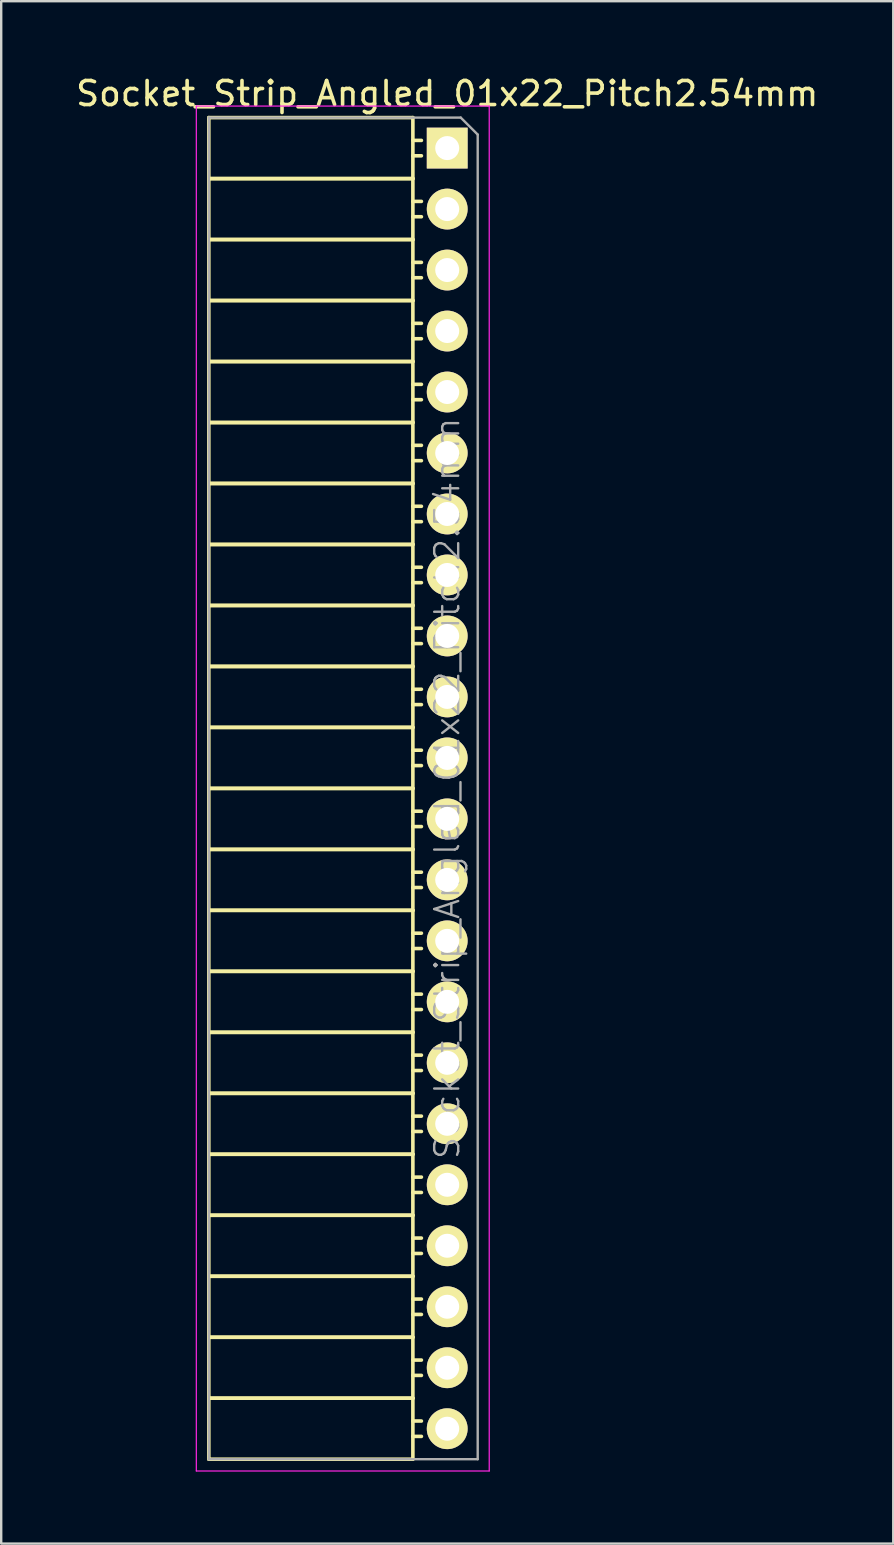
<source format=kicad_pcb>
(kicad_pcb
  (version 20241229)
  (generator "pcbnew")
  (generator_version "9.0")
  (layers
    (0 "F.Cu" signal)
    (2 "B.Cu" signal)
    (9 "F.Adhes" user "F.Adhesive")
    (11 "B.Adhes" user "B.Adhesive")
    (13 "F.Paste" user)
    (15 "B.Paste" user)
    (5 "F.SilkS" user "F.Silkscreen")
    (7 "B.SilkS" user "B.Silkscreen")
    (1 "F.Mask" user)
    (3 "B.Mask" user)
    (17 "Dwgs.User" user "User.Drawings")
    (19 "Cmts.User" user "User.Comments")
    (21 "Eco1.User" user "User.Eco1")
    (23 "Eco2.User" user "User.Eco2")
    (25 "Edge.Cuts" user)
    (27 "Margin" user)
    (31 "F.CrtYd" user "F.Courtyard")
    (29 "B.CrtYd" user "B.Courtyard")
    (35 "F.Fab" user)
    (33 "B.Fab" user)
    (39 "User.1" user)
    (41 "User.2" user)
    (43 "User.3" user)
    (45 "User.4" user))
  (footprint "Socket_Strip_Angled_01x22_Pitch2.54mm"
    (layer "F.Cu")
    (at 15.577 3.118)
    (property "Reference" "Socket_Strip_Angled_01x22_Pitch2.54mm" (at 0 -2.27 0) (layer "F.SilkS") (effects (font (size 1 1) (thickness 0.15))))
    (attr smd)
    (fp_line (start -9.93 -1.27) (end -9.93 1.27) (stroke (width 0.15) (type solid)) (layer "F.SilkS"))
    (fp_line (start -9.93 -1.27) (end -1.43 -1.27) (stroke (width 0.15) (type solid)) (layer "F.SilkS"))
    (fp_line (start -9.93 1.27) (end -9.93 3.81) (stroke (width 0.15) (type solid)) (layer "F.SilkS"))
    (fp_line (start -9.93 1.27) (end -1.43 1.27) (stroke (width 0.15) (type solid)) (layer "F.SilkS"))
    (fp_line (start -9.93 1.27) (end -1.43 1.27) (stroke (width 0.15) (type solid)) (layer "F.SilkS"))
    (fp_line (start -9.93 3.81) (end -9.93 6.35) (stroke (width 0.15) (type solid)) (layer "F.SilkS"))
    (fp_line (start -9.93 3.81) (end -1.43 3.81) (stroke (width 0.15) (type solid)) (layer "F.SilkS"))
    (fp_line (start -9.93 3.81) (end -1.43 3.81) (stroke (width 0.15) (type solid)) (layer "F.SilkS"))
    (fp_line (start -9.93 6.35) (end -9.93 8.89) (stroke (width 0.15) (type solid)) (layer "F.SilkS"))
    (fp_line (start -9.93 6.35) (end -1.43 6.35) (stroke (width 0.15) (type solid)) (layer "F.SilkS"))
    (fp_line (start -9.93 6.35) (end -1.43 6.35) (stroke (width 0.15) (type solid)) (layer "F.SilkS"))
    (fp_line (start -9.93 8.89) (end -9.93 11.43) (stroke (width 0.15) (type solid)) (layer "F.SilkS"))
    (fp_line (start -9.93 8.89) (end -1.43 8.89) (stroke (width 0.15) (type solid)) (layer "F.SilkS"))
    (fp_line (start -9.93 8.89) (end -1.43 8.89) (stroke (width 0.15) (type solid)) (layer "F.SilkS"))
    (fp_line (start -9.93 11.43) (end -9.93 13.97) (stroke (width 0.15) (type solid)) (layer "F.SilkS"))
    (fp_line (start -9.93 11.43) (end -1.43 11.43) (stroke (width 0.15) (type solid)) (layer "F.SilkS"))
    (fp_line (start -9.93 11.43) (end -1.43 11.43) (stroke (width 0.15) (type solid)) (layer "F.SilkS"))
    (fp_line (start -9.93 13.97) (end -9.93 16.51) (stroke (width 0.15) (type solid)) (layer "F.SilkS"))
    (fp_line (start -9.93 13.97) (end -1.43 13.97) (stroke (width 0.15) (type solid)) (layer "F.SilkS"))
    (fp_line (start -9.93 13.97) (end -1.43 13.97) (stroke (width 0.15) (type solid)) (layer "F.SilkS"))
    (fp_line (start -9.93 16.51) (end -9.93 19.05) (stroke (width 0.15) (type solid)) (layer "F.SilkS"))
    (fp_line (start -9.93 16.51) (end -1.43 16.51) (stroke (width 0.15) (type solid)) (layer "F.SilkS"))
    (fp_line (start -9.93 16.51) (end -1.43 16.51) (stroke (width 0.15) (type solid)) (layer "F.SilkS"))
    (fp_line (start -9.93 19.05) (end -9.93 21.59) (stroke (width 0.15) (type solid)) (layer "F.SilkS"))
    (fp_line (start -9.93 19.05) (end -1.43 19.05) (stroke (width 0.15) (type solid)) (layer "F.SilkS"))
    (fp_line (start -9.93 19.05) (end -1.43 19.05) (stroke (width 0.15) (type solid)) (layer "F.SilkS"))
    (fp_line (start -9.93 21.59) (end -9.93 24.13) (stroke (width 0.15) (type solid)) (layer "F.SilkS"))
    (fp_line (start -9.93 21.59) (end -1.43 21.59) (stroke (width 0.15) (type solid)) (layer "F.SilkS"))
    (fp_line (start -9.93 21.59) (end -1.43 21.59) (stroke (width 0.15) (type solid)) (layer "F.SilkS"))
    (fp_line (start -9.93 24.13) (end -9.93 26.67) (stroke (width 0.15) (type solid)) (layer "F.SilkS"))
    (fp_line (start -9.93 24.13) (end -1.43 24.13) (stroke (width 0.15) (type solid)) (layer "F.SilkS"))
    (fp_line (start -9.93 24.13) (end -1.43 24.13) (stroke (width 0.15) (type solid)) (layer "F.SilkS"))
    (fp_line (start -9.93 26.67) (end -9.93 29.21) (stroke (width 0.15) (type solid)) (layer "F.SilkS"))
    (fp_line (start -9.93 26.67) (end -1.43 26.67) (stroke (width 0.15) (type solid)) (layer "F.SilkS"))
    (fp_line (start -9.93 26.67) (end -1.43 26.67) (stroke (width 0.15) (type solid)) (layer "F.SilkS"))
    (fp_line (start -9.93 29.21) (end -9.93 31.75) (stroke (width 0.15) (type solid)) (layer "F.SilkS"))
    (fp_line (start -9.93 29.21) (end -1.43 29.21) (stroke (width 0.15) (type solid)) (layer "F.SilkS"))
    (fp_line (start -9.93 29.21) (end -1.43 29.21) (stroke (width 0.15) (type solid)) (layer "F.SilkS"))
    (fp_line (start -9.93 31.75) (end -9.93 34.29) (stroke (width 0.15) (type solid)) (layer "F.SilkS"))
    (fp_line (start -9.93 31.75) (end -1.43 31.75) (stroke (width 0.15) (type solid)) (layer "F.SilkS"))
    (fp_line (start -9.93 31.75) (end -1.43 31.75) (stroke (width 0.15) (type solid)) (layer "F.SilkS"))
    (fp_line (start -9.93 34.29) (end -9.93 36.83) (stroke (width 0.15) (type solid)) (layer "F.SilkS"))
    (fp_line (start -9.93 34.29) (end -1.43 34.29) (stroke (width 0.15) (type solid)) (layer "F.SilkS"))
    (fp_line (start -9.93 34.29) (end -1.43 34.29) (stroke (width 0.15) (type solid)) (layer "F.SilkS"))
    (fp_line (start -9.93 36.83) (end -9.93 39.37) (stroke (width 0.15) (type solid)) (layer "F.SilkS"))
    (fp_line (start -9.93 36.83) (end -1.43 36.83) (stroke (width 0.15) (type solid)) (layer "F.SilkS"))
    (fp_line (start -9.93 36.83) (end -1.43 36.83) (stroke (width 0.15) (type solid)) (layer "F.SilkS"))
    (fp_line (start -9.93 39.37) (end -9.93 41.91) (stroke (width 0.15) (type solid)) (layer "F.SilkS"))
    (fp_line (start -9.93 39.37) (end -1.43 39.37) (stroke (width 0.15) (type solid)) (layer "F.SilkS"))
    (fp_line (start -9.93 39.37) (end -1.43 39.37) (stroke (width 0.15) (type solid)) (layer "F.SilkS"))
    (fp_line (start -9.93 41.91) (end -9.93 44.45) (stroke (width 0.15) (type solid)) (layer "F.SilkS"))
    (fp_line (start -9.93 41.91) (end -1.43 41.91) (stroke (width 0.15) (type solid)) (layer "F.SilkS"))
    (fp_line (start -9.93 41.91) (end -1.43 41.91) (stroke (width 0.15) (type solid)) (layer "F.SilkS"))
    (fp_line (start -9.93 44.45) (end -9.93 46.99) (stroke (width 0.15) (type solid)) (layer "F.SilkS"))
    (fp_line (start -9.93 44.45) (end -1.43 44.45) (stroke (width 0.15) (type solid)) (layer "F.SilkS"))
    (fp_line (start -9.93 44.45) (end -1.43 44.45) (stroke (width 0.15) (type solid)) (layer "F.SilkS"))
    (fp_line (start -9.93 46.99) (end -9.93 49.53) (stroke (width 0.15) (type solid)) (layer "F.SilkS"))
    (fp_line (start -9.93 46.99) (end -1.43 46.99) (stroke (width 0.15) (type solid)) (layer "F.SilkS"))
    (fp_line (start -9.93 46.99) (end -1.43 46.99) (stroke (width 0.15) (type solid)) (layer "F.SilkS"))
    (fp_line (start -9.93 49.53) (end -9.93 52.07) (stroke (width 0.15) (type solid)) (layer "F.SilkS"))
    (fp_line (start -9.93 49.53) (end -1.43 49.53) (stroke (width 0.15) (type solid)) (layer "F.SilkS"))
    (fp_line (start -9.93 49.53) (end -1.43 49.53) (stroke (width 0.15) (type solid)) (layer "F.SilkS"))
    (fp_line (start -9.93 52.07) (end -9.93 54.61) (stroke (width 0.15) (type solid)) (layer "F.SilkS"))
    (fp_line (start -9.93 52.07) (end -1.43 52.07) (stroke (width 0.15) (type solid)) (layer "F.SilkS"))
    (fp_line (start -9.93 52.07) (end -1.43 52.07) (stroke (width 0.15) (type solid)) (layer "F.SilkS"))
    (fp_line (start -9.93 54.61) (end -1.43 54.61) (stroke (width 0.15) (type solid)) (layer "F.SilkS"))
    (fp_line (start -1.43 -1.27) (end -1.43 1.27) (stroke (width 0.15) (type solid)) (layer "F.SilkS"))
    (fp_line (start -1.43 -0.32) (end -1.075 -0.32) (stroke (width 0.15) (type solid)) (layer "F.SilkS"))
    (fp_line (start -1.43 0.32) (end -1.075 0.32) (stroke (width 0.15) (type solid)) (layer "F.SilkS"))
    (fp_line (start -1.43 1.27) (end -1.43 3.81) (stroke (width 0.15) (type solid)) (layer "F.SilkS"))
    (fp_line (start -1.43 2.22) (end -1.075 2.22) (stroke (width 0.15) (type solid)) (layer "F.SilkS"))
    (fp_line (start -1.43 2.86) (end -1.075 2.86) (stroke (width 0.15) (type solid)) (layer "F.SilkS"))
    (fp_line (start -1.43 3.81) (end -1.43 6.35) (stroke (width 0.15) (type solid)) (layer "F.SilkS"))
    (fp_line (start -1.43 4.76) (end -1.075 4.76) (stroke (width 0.15) (type solid)) (layer "F.SilkS"))
    (fp_line (start -1.43 5.4) (end -1.075 5.4) (stroke (width 0.15) (type solid)) (layer "F.SilkS"))
    (fp_line (start -1.43 6.35) (end -1.43 8.89) (stroke (width 0.15) (type solid)) (layer "F.SilkS"))
    (fp_line (start -1.43 7.3) (end -1.075 7.3) (stroke (width 0.15) (type solid)) (layer "F.SilkS"))
    (fp_line (start -1.43 7.94) (end -1.075 7.94) (stroke (width 0.15) (type solid)) (layer "F.SilkS"))
    (fp_line (start -1.43 8.89) (end -1.43 11.43) (stroke (width 0.15) (type solid)) (layer "F.SilkS"))
    (fp_line (start -1.43 9.84) (end -1.075 9.84) (stroke (width 0.15) (type solid)) (layer "F.SilkS"))
    (fp_line (start -1.43 10.48) (end -1.075 10.48) (stroke (width 0.15) (type solid)) (layer "F.SilkS"))
    (fp_line (start -1.43 11.43) (end -1.43 13.97) (stroke (width 0.15) (type solid)) (layer "F.SilkS"))
    (fp_line (start -1.43 12.38) (end -1.075 12.38) (stroke (width 0.15) (type solid)) (layer "F.SilkS"))
    (fp_line (start -1.43 13.02) (end -1.075 13.02) (stroke (width 0.15) (type solid)) (layer "F.SilkS"))
    (fp_line (start -1.43 13.97) (end -1.43 16.51) (stroke (width 0.15) (type solid)) (layer "F.SilkS"))
    (fp_line (start -1.43 14.92) (end -1.075 14.92) (stroke (width 0.15) (type solid)) (layer "F.SilkS"))
    (fp_line (start -1.43 15.56) (end -1.075 15.56) (stroke (width 0.15) (type solid)) (layer "F.SilkS"))
    (fp_line (start -1.43 16.51) (end -1.43 19.05) (stroke (width 0.15) (type solid)) (layer "F.SilkS"))
    (fp_line (start -1.43 17.46) (end -1.075 17.46) (stroke (width 0.15) (type solid)) (layer "F.SilkS"))
    (fp_line (start -1.43 18.1) (end -1.075 18.1) (stroke (width 0.15) (type solid)) (layer "F.SilkS"))
    (fp_line (start -1.43 19.05) (end -1.43 21.59) (stroke (width 0.15) (type solid)) (layer "F.SilkS"))
    (fp_line (start -1.43 20) (end -1.075 20) (stroke (width 0.15) (type solid)) (layer "F.SilkS"))
    (fp_line (start -1.43 20.64) (end -1.075 20.64) (stroke (width 0.15) (type solid)) (layer "F.SilkS"))
    (fp_line (start -1.43 21.59) (end -1.43 24.13) (stroke (width 0.15) (type solid)) (layer "F.SilkS"))
    (fp_line (start -1.43 22.54) (end -1.075 22.54) (stroke (width 0.15) (type solid)) (layer "F.SilkS"))
    (fp_line (start -1.43 23.18) (end -1.075 23.18) (stroke (width 0.15) (type solid)) (layer "F.SilkS"))
    (fp_line (start -1.43 24.13) (end -1.43 26.67) (stroke (width 0.15) (type solid)) (layer "F.SilkS"))
    (fp_line (start -1.43 25.08) (end -1.075 25.08) (stroke (width 0.15) (type solid)) (layer "F.SilkS"))
    (fp_line (start -1.43 25.72) (end -1.075 25.72) (stroke (width 0.15) (type solid)) (layer "F.SilkS"))
    (fp_line (start -1.43 26.67) (end -1.43 29.21) (stroke (width 0.15) (type solid)) (layer "F.SilkS"))
    (fp_line (start -1.43 27.62) (end -1.075 27.62) (stroke (width 0.15) (type solid)) (layer "F.SilkS"))
    (fp_line (start -1.43 28.26) (end -1.075 28.26) (stroke (width 0.15) (type solid)) (layer "F.SilkS"))
    (fp_line (start -1.43 29.21) (end -1.43 31.75) (stroke (width 0.15) (type solid)) (layer "F.SilkS"))
    (fp_line (start -1.43 30.16) (end -1.075 30.16) (stroke (width 0.15) (type solid)) (layer "F.SilkS"))
    (fp_line (start -1.43 30.8) (end -1.075 30.8) (stroke (width 0.15) (type solid)) (layer "F.SilkS"))
    (fp_line (start -1.43 31.75) (end -1.43 34.29) (stroke (width 0.15) (type solid)) (layer "F.SilkS"))
    (fp_line (start -1.43 32.7) (end -1.075 32.7) (stroke (width 0.15) (type solid)) (layer "F.SilkS"))
    (fp_line (start -1.43 33.34) (end -1.075 33.34) (stroke (width 0.15) (type solid)) (layer "F.SilkS"))
    (fp_line (start -1.43 34.29) (end -1.43 36.83) (stroke (width 0.15) (type solid)) (layer "F.SilkS"))
    (fp_line (start -1.43 35.24) (end -1.075 35.24) (stroke (width 0.15) (type solid)) (layer "F.SilkS"))
    (fp_line (start -1.43 35.88) (end -1.075 35.88) (stroke (width 0.15) (type solid)) (layer "F.SilkS"))
    (fp_line (start -1.43 36.83) (end -1.43 39.37) (stroke (width 0.15) (type solid)) (layer "F.SilkS"))
    (fp_line (start -1.43 37.78) (end -1.075 37.78) (stroke (width 0.15) (type solid)) (layer "F.SilkS"))
    (fp_line (start -1.43 38.42) (end -1.075 38.42) (stroke (width 0.15) (type solid)) (layer "F.SilkS"))
    (fp_line (start -1.43 39.37) (end -1.43 41.91) (stroke (width 0.15) (type solid)) (layer "F.SilkS"))
    (fp_line (start -1.43 40.32) (end -1.075 40.32) (stroke (width 0.15) (type solid)) (layer "F.SilkS"))
    (fp_line (start -1.43 40.96) (end -1.075 40.96) (stroke (width 0.15) (type solid)) (layer "F.SilkS"))
    (fp_line (start -1.43 41.91) (end -1.43 44.45) (stroke (width 0.15) (type solid)) (layer "F.SilkS"))
    (fp_line (start -1.43 42.86) (end -1.075 42.86) (stroke (width 0.15) (type solid)) (layer "F.SilkS"))
    (fp_line (start -1.43 43.5) (end -1.075 43.5) (stroke (width 0.15) (type solid)) (layer "F.SilkS"))
    (fp_line (start -1.43 44.45) (end -1.43 46.99) (stroke (width 0.15) (type solid)) (layer "F.SilkS"))
    (fp_line (start -1.43 45.4) (end -1.075 45.4) (stroke (width 0.15) (type solid)) (layer "F.SilkS"))
    (fp_line (start -1.43 46.04) (end -1.075 46.04) (stroke (width 0.15) (type solid)) (layer "F.SilkS"))
    (fp_line (start -1.43 46.99) (end -1.43 49.53) (stroke (width 0.15) (type solid)) (layer "F.SilkS"))
    (fp_line (start -1.43 47.94) (end -1.075 47.94) (stroke (width 0.15) (type solid)) (layer "F.SilkS"))
    (fp_line (start -1.43 48.58) (end -1.075 48.58) (stroke (width 0.15) (type solid)) (layer "F.SilkS"))
    (fp_line (start -1.43 49.53) (end -1.43 52.07) (stroke (width 0.15) (type solid)) (layer "F.SilkS"))
    (fp_line (start -1.43 50.48) (end -1.075 50.48) (stroke (width 0.15) (type solid)) (layer "F.SilkS"))
    (fp_line (start -1.43 51.12) (end -1.075 51.12) (stroke (width 0.15) (type solid)) (layer "F.SilkS"))
    (fp_line (start -1.43 52.07) (end -1.43 54.61) (stroke (width 0.15) (type solid)) (layer "F.SilkS"))
    (fp_line (start -1.43 53.02) (end -1.075 53.02) (stroke (width 0.15) (type solid)) (layer "F.SilkS"))
    (fp_line (start -1.43 53.66) (end -1.075 53.66) (stroke (width 0.15) (type solid)) (layer "F.SilkS"))
    (fp_line (start -10.45 -1.75) (end 1.75 -1.75) (stroke (width 0.05) (type solid)) (layer "F.CrtYd"))
    (fp_line (start -10.45 55.1) (end -10.45 -1.75) (stroke (width 0.05) (type solid)) (layer "F.CrtYd"))
    (fp_line (start -10.45 55.1) (end 1.75 55.1) (stroke (width 0.05) (type solid)) (layer "F.CrtYd"))
    (fp_line (start 1.75 55.1) (end 1.75 -1.75) (stroke (width 0.05) (type solid)) (layer "F.CrtYd"))
    (fp_line (start -9.93 -1.27) (end 0.563 -1.27) (stroke (width 0.1) (type solid)) (layer "F.Fab"))
    (fp_line (start -9.93 54.61) (end -9.93 -1.27) (stroke (width 0.1) (type solid)) (layer "F.Fab"))
    (fp_line (start -9.93 54.61) (end 1.27 54.61) (stroke (width 0.1) (type solid)) (layer "F.Fab"))
    (fp_line (start 1.27 -0.563) (end 0.563 -1.27) (stroke (width 0.1) (type solid)) (layer "F.Fab"))
    (fp_line (start 1.27 54.61) (end 1.27 -0.563) (stroke (width 0.1) (type solid)) (layer "F.Fab"))
    (fp_text user "${REFERENCE}" (at 0 26.67 90) (layer "F.Fab") (effects (font (size 1 1) (thickness 0.1))))
    (pad "1" thru_hole rect (at 0 0) (size 1.7 1.7) (drill 1) (layers "*.Cu" "*.Mask" "F.SilkS"))
    (pad "2" thru_hole oval (at 0 2.54) (size 1.7 1.7) (drill 1) (layers "*.Cu" "*.Mask" "F.SilkS"))
    (pad "3" thru_hole oval (at 0 5.08) (size 1.7 1.7) (drill 1) (layers "*.Cu" "*.Mask" "F.SilkS"))
    (pad "4" thru_hole oval (at 0 7.62) (size 1.7 1.7) (drill 1) (layers "*.Cu" "*.Mask" "F.SilkS"))
    (pad "5" thru_hole oval (at 0 10.16) (size 1.7 1.7) (drill 1) (layers "*.Cu" "*.Mask" "F.SilkS"))
    (pad "6" thru_hole oval (at 0 12.7) (size 1.7 1.7) (drill 1) (layers "*.Cu" "*.Mask" "F.SilkS"))
    (pad "7" thru_hole oval (at 0 15.24) (size 1.7 1.7) (drill 1) (layers "*.Cu" "*.Mask" "F.SilkS"))
    (pad "8" thru_hole oval (at 0 17.78) (size 1.7 1.7) (drill 1) (layers "*.Cu" "*.Mask" "F.SilkS"))
    (pad "9" thru_hole oval (at 0 20.32) (size 1.7 1.7) (drill 1) (layers "*.Cu" "*.Mask" "F.SilkS"))
    (pad "10" thru_hole oval (at 0 22.86) (size 1.7 1.7) (drill 1) (layers "*.Cu" "*.Mask" "F.SilkS"))
    (pad "11" thru_hole oval (at 0 25.4) (size 1.7 1.7) (drill 1) (layers "*.Cu" "*.Mask" "F.SilkS"))
    (pad "12" thru_hole oval (at 0 27.94) (size 1.7 1.7) (drill 1) (layers "*.Cu" "*.Mask" "F.SilkS"))
    (pad "13" thru_hole oval (at 0 30.48) (size 1.7 1.7) (drill 1) (layers "*.Cu" "*.Mask" "F.SilkS"))
    (pad "14" thru_hole oval (at 0 33.02) (size 1.7 1.7) (drill 1) (layers "*.Cu" "*.Mask" "F.SilkS"))
    (pad "15" thru_hole oval (at 0 35.56) (size 1.7 1.7) (drill 1) (layers "*.Cu" "*.Mask" "F.SilkS"))
    (pad "16" thru_hole oval (at 0 38.1) (size 1.7 1.7) (drill 1) (layers "*.Cu" "*.Mask" "F.SilkS"))
    (pad "17" thru_hole oval (at 0 40.64) (size 1.7 1.7) (drill 1) (layers "*.Cu" "*.Mask" "F.SilkS"))
    (pad "18" thru_hole oval (at 0 43.18) (size 1.7 1.7) (drill 1) (layers "*.Cu" "*.Mask" "F.SilkS"))
    (pad "19" thru_hole oval (at 0 45.72) (size 1.7 1.7) (drill 1) (layers "*.Cu" "*.Mask" "F.SilkS"))
    (pad "20" thru_hole oval (at 0 48.26) (size 1.7 1.7) (drill 1) (layers "*.Cu" "*.Mask" "F.SilkS"))
    (pad "21" thru_hole oval (at 0 50.8) (size 1.7 1.7) (drill 1) (layers "*.Cu" "*.Mask" "F.SilkS"))
    (pad "22" thru_hole oval (at 0 53.34) (size 1.7 1.7) (drill 1) (layers "*.Cu" "*.Mask" "F.SilkS")))
  (gr_rect
    (start -3 -3)
    (end 34.155 61.243)
    (stroke (width 0.1) (type default))
    (fill no)
    (layer "Edge.Cuts")))
</source>
